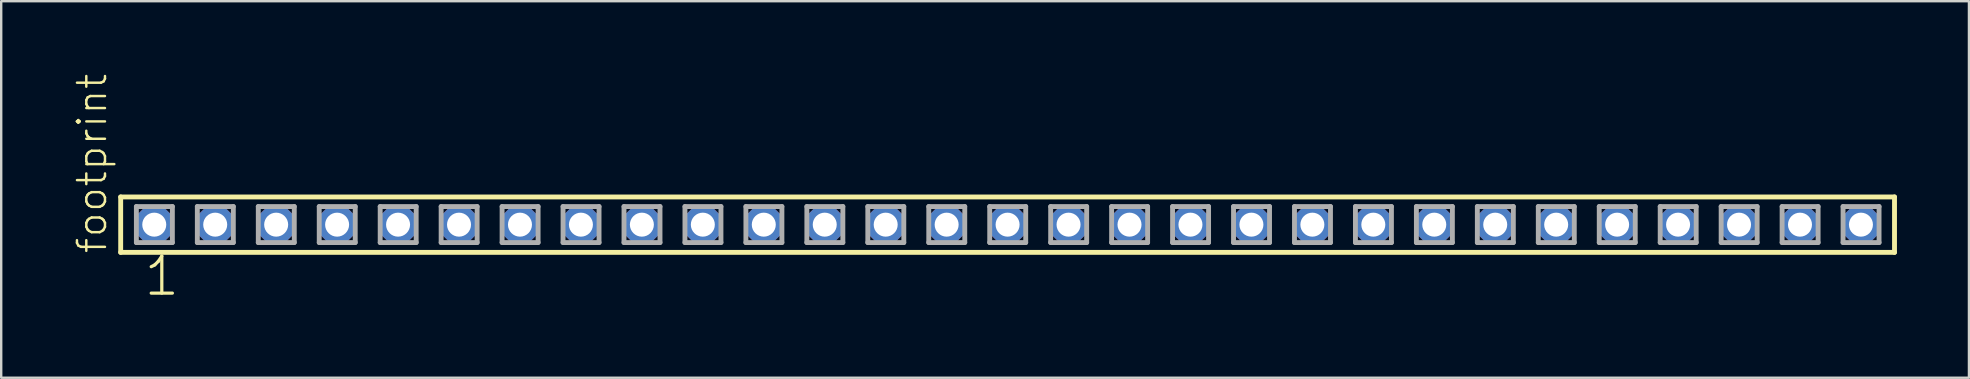
<source format=kicad_pcb>
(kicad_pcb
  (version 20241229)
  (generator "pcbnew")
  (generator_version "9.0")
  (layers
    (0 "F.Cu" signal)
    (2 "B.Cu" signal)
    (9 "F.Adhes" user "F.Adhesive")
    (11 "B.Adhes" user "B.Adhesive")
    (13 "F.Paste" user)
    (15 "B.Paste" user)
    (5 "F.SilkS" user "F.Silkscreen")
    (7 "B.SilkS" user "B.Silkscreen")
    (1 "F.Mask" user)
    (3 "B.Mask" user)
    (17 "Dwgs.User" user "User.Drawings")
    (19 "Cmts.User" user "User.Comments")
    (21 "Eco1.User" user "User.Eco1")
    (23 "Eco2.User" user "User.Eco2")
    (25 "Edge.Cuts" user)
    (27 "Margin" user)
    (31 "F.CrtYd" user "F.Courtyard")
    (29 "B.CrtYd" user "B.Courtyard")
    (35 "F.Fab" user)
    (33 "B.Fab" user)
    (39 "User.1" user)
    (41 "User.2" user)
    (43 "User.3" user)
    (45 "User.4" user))
  (footprint "footprint"
    (layer "F.Cu")
    (at 38.938 6.312)
    (property "Reference" "footprint" (at -37.465 1.27 90) (layer "F.SilkS") (effects (font (size 1.168 1.168) (thickness 0.102)) (justify left bottom)))
    (fp_line (start -36.959 -1.155) (end 36.959 -1.155) (stroke (width 0.203) (type solid)) (layer "F.SilkS"))
    (fp_line (start -36.959 1.155) (end -36.959 -1.155) (stroke (width 0.203) (type solid)) (layer "F.SilkS"))
    (fp_line (start 36.959 -1.155) (end 36.959 1.155) (stroke (width 0.203) (type solid)) (layer "F.SilkS"))
    (fp_line (start 36.959 1.155) (end -36.959 1.155) (stroke (width 0.203) (type solid)) (layer "F.SilkS"))
    (fp_line (start -36.305 -0.755) (end -34.805 -0.755) (stroke (width 0.203) (type solid)) (layer "F.Fab"))
    (fp_line (start -36.305 0.745) (end -36.305 -0.755) (stroke (width 0.203) (type solid)) (layer "F.Fab"))
    (fp_line (start -34.805 -0.755) (end -34.805 0.745) (stroke (width 0.203) (type solid)) (layer "F.Fab"))
    (fp_line (start -34.805 0.745) (end -36.305 0.745) (stroke (width 0.203) (type solid)) (layer "F.Fab"))
    (fp_line (start -33.765 -0.755) (end -32.265 -0.755) (stroke (width 0.203) (type solid)) (layer "F.Fab"))
    (fp_line (start -33.765 0.745) (end -33.765 -0.755) (stroke (width 0.203) (type solid)) (layer "F.Fab"))
    (fp_line (start -32.265 -0.755) (end -32.265 0.745) (stroke (width 0.203) (type solid)) (layer "F.Fab"))
    (fp_line (start -32.265 0.745) (end -33.765 0.745) (stroke (width 0.203) (type solid)) (layer "F.Fab"))
    (fp_line (start -31.225 -0.755) (end -29.725 -0.755) (stroke (width 0.203) (type solid)) (layer "F.Fab"))
    (fp_line (start -31.225 0.745) (end -31.225 -0.755) (stroke (width 0.203) (type solid)) (layer "F.Fab"))
    (fp_line (start -29.725 -0.755) (end -29.725 0.745) (stroke (width 0.203) (type solid)) (layer "F.Fab"))
    (fp_line (start -29.725 0.745) (end -31.225 0.745) (stroke (width 0.203) (type solid)) (layer "F.Fab"))
    (fp_line (start -28.685 -0.755) (end -27.185 -0.755) (stroke (width 0.203) (type solid)) (layer "F.Fab"))
    (fp_line (start -28.685 0.745) (end -28.685 -0.755) (stroke (width 0.203) (type solid)) (layer "F.Fab"))
    (fp_line (start -27.185 -0.755) (end -27.185 0.745) (stroke (width 0.203) (type solid)) (layer "F.Fab"))
    (fp_line (start -27.185 0.745) (end -28.685 0.745) (stroke (width 0.203) (type solid)) (layer "F.Fab"))
    (fp_line (start -26.145 -0.755) (end -24.645 -0.755) (stroke (width 0.203) (type solid)) (layer "F.Fab"))
    (fp_line (start -26.145 0.745) (end -26.145 -0.755) (stroke (width 0.203) (type solid)) (layer "F.Fab"))
    (fp_line (start -24.645 -0.755) (end -24.645 0.745) (stroke (width 0.203) (type solid)) (layer "F.Fab"))
    (fp_line (start -24.645 0.745) (end -26.145 0.745) (stroke (width 0.203) (type solid)) (layer "F.Fab"))
    (fp_line (start -23.605 -0.755) (end -22.105 -0.755) (stroke (width 0.203) (type solid)) (layer "F.Fab"))
    (fp_line (start -23.605 0.745) (end -23.605 -0.755) (stroke (width 0.203) (type solid)) (layer "F.Fab"))
    (fp_line (start -22.105 -0.755) (end -22.105 0.745) (stroke (width 0.203) (type solid)) (layer "F.Fab"))
    (fp_line (start -22.105 0.745) (end -23.605 0.745) (stroke (width 0.203) (type solid)) (layer "F.Fab"))
    (fp_line (start -21.065 -0.755) (end -19.565 -0.755) (stroke (width 0.203) (type solid)) (layer "F.Fab"))
    (fp_line (start -21.065 0.745) (end -21.065 -0.755) (stroke (width 0.203) (type solid)) (layer "F.Fab"))
    (fp_line (start -19.565 -0.755) (end -19.565 0.745) (stroke (width 0.203) (type solid)) (layer "F.Fab"))
    (fp_line (start -19.565 0.745) (end -21.065 0.745) (stroke (width 0.203) (type solid)) (layer "F.Fab"))
    (fp_line (start -18.525 -0.755) (end -17.025 -0.755) (stroke (width 0.203) (type solid)) (layer "F.Fab"))
    (fp_line (start -18.525 0.745) (end -18.525 -0.755) (stroke (width 0.203) (type solid)) (layer "F.Fab"))
    (fp_line (start -17.025 -0.755) (end -17.025 0.745) (stroke (width 0.203) (type solid)) (layer "F.Fab"))
    (fp_line (start -17.025 0.745) (end -18.525 0.745) (stroke (width 0.203) (type solid)) (layer "F.Fab"))
    (fp_line (start -15.985 -0.755) (end -14.485 -0.755) (stroke (width 0.203) (type solid)) (layer "F.Fab"))
    (fp_line (start -15.985 0.745) (end -15.985 -0.755) (stroke (width 0.203) (type solid)) (layer "F.Fab"))
    (fp_line (start -14.485 -0.755) (end -14.485 0.745) (stroke (width 0.203) (type solid)) (layer "F.Fab"))
    (fp_line (start -14.485 0.745) (end -15.985 0.745) (stroke (width 0.203) (type solid)) (layer "F.Fab"))
    (fp_line (start -13.445 -0.755) (end -11.945 -0.755) (stroke (width 0.203) (type solid)) (layer "F.Fab"))
    (fp_line (start -13.445 0.745) (end -13.445 -0.755) (stroke (width 0.203) (type solid)) (layer "F.Fab"))
    (fp_line (start -11.945 -0.755) (end -11.945 0.745) (stroke (width 0.203) (type solid)) (layer "F.Fab"))
    (fp_line (start -11.945 0.745) (end -13.445 0.745) (stroke (width 0.203) (type solid)) (layer "F.Fab"))
    (fp_line (start -10.905 -0.755) (end -9.405 -0.755) (stroke (width 0.203) (type solid)) (layer "F.Fab"))
    (fp_line (start -10.905 0.745) (end -10.905 -0.755) (stroke (width 0.203) (type solid)) (layer "F.Fab"))
    (fp_line (start -9.405 -0.755) (end -9.405 0.745) (stroke (width 0.203) (type solid)) (layer "F.Fab"))
    (fp_line (start -9.405 0.745) (end -10.905 0.745) (stroke (width 0.203) (type solid)) (layer "F.Fab"))
    (fp_line (start -8.365 -0.755) (end -6.865 -0.755) (stroke (width 0.203) (type solid)) (layer "F.Fab"))
    (fp_line (start -8.365 0.745) (end -8.365 -0.755) (stroke (width 0.203) (type solid)) (layer "F.Fab"))
    (fp_line (start -6.865 -0.755) (end -6.865 0.745) (stroke (width 0.203) (type solid)) (layer "F.Fab"))
    (fp_line (start -6.865 0.745) (end -8.365 0.745) (stroke (width 0.203) (type solid)) (layer "F.Fab"))
    (fp_line (start -5.825 -0.755) (end -4.325 -0.755) (stroke (width 0.203) (type solid)) (layer "F.Fab"))
    (fp_line (start -5.825 0.745) (end -5.825 -0.755) (stroke (width 0.203) (type solid)) (layer "F.Fab"))
    (fp_line (start -4.325 -0.755) (end -4.325 0.745) (stroke (width 0.203) (type solid)) (layer "F.Fab"))
    (fp_line (start -4.325 0.745) (end -5.825 0.745) (stroke (width 0.203) (type solid)) (layer "F.Fab"))
    (fp_line (start -3.285 -0.755) (end -1.785 -0.755) (stroke (width 0.203) (type solid)) (layer "F.Fab"))
    (fp_line (start -3.285 0.745) (end -3.285 -0.755) (stroke (width 0.203) (type solid)) (layer "F.Fab"))
    (fp_line (start -1.785 -0.755) (end -1.785 0.745) (stroke (width 0.203) (type solid)) (layer "F.Fab"))
    (fp_line (start -1.785 0.745) (end -3.285 0.745) (stroke (width 0.203) (type solid)) (layer "F.Fab"))
    (fp_line (start -0.745 -0.755) (end 0.755 -0.755) (stroke (width 0.203) (type solid)) (layer "F.Fab"))
    (fp_line (start -0.745 0.745) (end -0.745 -0.755) (stroke (width 0.203) (type solid)) (layer "F.Fab"))
    (fp_line (start 0.755 -0.755) (end 0.755 0.745) (stroke (width 0.203) (type solid)) (layer "F.Fab"))
    (fp_line (start 0.755 0.745) (end -0.745 0.745) (stroke (width 0.203) (type solid)) (layer "F.Fab"))
    (fp_line (start 1.795 -0.755) (end 3.295 -0.755) (stroke (width 0.203) (type solid)) (layer "F.Fab"))
    (fp_line (start 1.795 0.745) (end 1.795 -0.755) (stroke (width 0.203) (type solid)) (layer "F.Fab"))
    (fp_line (start 3.295 -0.755) (end 3.295 0.745) (stroke (width 0.203) (type solid)) (layer "F.Fab"))
    (fp_line (start 3.295 0.745) (end 1.795 0.745) (stroke (width 0.203) (type solid)) (layer "F.Fab"))
    (fp_line (start 4.335 -0.755) (end 5.835 -0.755) (stroke (width 0.203) (type solid)) (layer "F.Fab"))
    (fp_line (start 4.335 0.745) (end 4.335 -0.755) (stroke (width 0.203) (type solid)) (layer "F.Fab"))
    (fp_line (start 5.835 -0.755) (end 5.835 0.745) (stroke (width 0.203) (type solid)) (layer "F.Fab"))
    (fp_line (start 5.835 0.745) (end 4.335 0.745) (stroke (width 0.203) (type solid)) (layer "F.Fab"))
    (fp_line (start 6.875 -0.755) (end 8.375 -0.755) (stroke (width 0.203) (type solid)) (layer "F.Fab"))
    (fp_line (start 6.875 0.745) (end 6.875 -0.755) (stroke (width 0.203) (type solid)) (layer "F.Fab"))
    (fp_line (start 8.375 -0.755) (end 8.375 0.745) (stroke (width 0.203) (type solid)) (layer "F.Fab"))
    (fp_line (start 8.375 0.745) (end 6.875 0.745) (stroke (width 0.203) (type solid)) (layer "F.Fab"))
    (fp_line (start 9.415 -0.755) (end 10.915 -0.755) (stroke (width 0.203) (type solid)) (layer "F.Fab"))
    (fp_line (start 9.415 0.745) (end 9.415 -0.755) (stroke (width 0.203) (type solid)) (layer "F.Fab"))
    (fp_line (start 10.915 -0.755) (end 10.915 0.745) (stroke (width 0.203) (type solid)) (layer "F.Fab"))
    (fp_line (start 10.915 0.745) (end 9.415 0.745) (stroke (width 0.203) (type solid)) (layer "F.Fab"))
    (fp_line (start 11.955 -0.755) (end 13.455 -0.755) (stroke (width 0.203) (type solid)) (layer "F.Fab"))
    (fp_line (start 11.955 0.745) (end 11.955 -0.755) (stroke (width 0.203) (type solid)) (layer "F.Fab"))
    (fp_line (start 13.455 -0.755) (end 13.455 0.745) (stroke (width 0.203) (type solid)) (layer "F.Fab"))
    (fp_line (start 13.455 0.745) (end 11.955 0.745) (stroke (width 0.203) (type solid)) (layer "F.Fab"))
    (fp_line (start 14.495 -0.755) (end 15.995 -0.755) (stroke (width 0.203) (type solid)) (layer "F.Fab"))
    (fp_line (start 14.495 0.745) (end 14.495 -0.755) (stroke (width 0.203) (type solid)) (layer "F.Fab"))
    (fp_line (start 15.995 -0.755) (end 15.995 0.745) (stroke (width 0.203) (type solid)) (layer "F.Fab"))
    (fp_line (start 15.995 0.745) (end 14.495 0.745) (stroke (width 0.203) (type solid)) (layer "F.Fab"))
    (fp_line (start 17.035 -0.755) (end 18.535 -0.755) (stroke (width 0.203) (type solid)) (layer "F.Fab"))
    (fp_line (start 17.035 0.745) (end 17.035 -0.755) (stroke (width 0.203) (type solid)) (layer "F.Fab"))
    (fp_line (start 18.535 -0.755) (end 18.535 0.745) (stroke (width 0.203) (type solid)) (layer "F.Fab"))
    (fp_line (start 18.535 0.745) (end 17.035 0.745) (stroke (width 0.203) (type solid)) (layer "F.Fab"))
    (fp_line (start 19.575 -0.755) (end 21.075 -0.755) (stroke (width 0.203) (type solid)) (layer "F.Fab"))
    (fp_line (start 19.575 0.745) (end 19.575 -0.755) (stroke (width 0.203) (type solid)) (layer "F.Fab"))
    (fp_line (start 21.075 -0.755) (end 21.075 0.745) (stroke (width 0.203) (type solid)) (layer "F.Fab"))
    (fp_line (start 21.075 0.745) (end 19.575 0.745) (stroke (width 0.203) (type solid)) (layer "F.Fab"))
    (fp_line (start 22.115 -0.755) (end 23.615 -0.755) (stroke (width 0.203) (type solid)) (layer "F.Fab"))
    (fp_line (start 22.115 0.745) (end 22.115 -0.755) (stroke (width 0.203) (type solid)) (layer "F.Fab"))
    (fp_line (start 23.615 -0.755) (end 23.615 0.745) (stroke (width 0.203) (type solid)) (layer "F.Fab"))
    (fp_line (start 23.615 0.745) (end 22.115 0.745) (stroke (width 0.203) (type solid)) (layer "F.Fab"))
    (fp_line (start 24.655 -0.755) (end 26.155 -0.755) (stroke (width 0.203) (type solid)) (layer "F.Fab"))
    (fp_line (start 24.655 0.745) (end 24.655 -0.755) (stroke (width 0.203) (type solid)) (layer "F.Fab"))
    (fp_line (start 26.155 -0.755) (end 26.155 0.745) (stroke (width 0.203) (type solid)) (layer "F.Fab"))
    (fp_line (start 26.155 0.745) (end 24.655 0.745) (stroke (width 0.203) (type solid)) (layer "F.Fab"))
    (fp_line (start 27.195 -0.755) (end 28.695 -0.755) (stroke (width 0.203) (type solid)) (layer "F.Fab"))
    (fp_line (start 27.195 0.745) (end 27.195 -0.755) (stroke (width 0.203) (type solid)) (layer "F.Fab"))
    (fp_line (start 28.695 -0.755) (end 28.695 0.745) (stroke (width 0.203) (type solid)) (layer "F.Fab"))
    (fp_line (start 28.695 0.745) (end 27.195 0.745) (stroke (width 0.203) (type solid)) (layer "F.Fab"))
    (fp_line (start 29.735 -0.755) (end 31.235 -0.755) (stroke (width 0.203) (type solid)) (layer "F.Fab"))
    (fp_line (start 29.735 0.745) (end 29.735 -0.755) (stroke (width 0.203) (type solid)) (layer "F.Fab"))
    (fp_line (start 31.235 -0.755) (end 31.235 0.745) (stroke (width 0.203) (type solid)) (layer "F.Fab"))
    (fp_line (start 31.235 0.745) (end 29.735 0.745) (stroke (width 0.203) (type solid)) (layer "F.Fab"))
    (fp_line (start 32.275 -0.755) (end 33.775 -0.755) (stroke (width 0.203) (type solid)) (layer "F.Fab"))
    (fp_line (start 32.275 0.745) (end 32.275 -0.755) (stroke (width 0.203) (type solid)) (layer "F.Fab"))
    (fp_line (start 33.775 -0.755) (end 33.775 0.745) (stroke (width 0.203) (type solid)) (layer "F.Fab"))
    (fp_line (start 33.775 0.745) (end 32.275 0.745) (stroke (width 0.203) (type solid)) (layer "F.Fab"))
    (fp_line (start 34.815 -0.755) (end 36.315 -0.755) (stroke (width 0.203) (type solid)) (layer "F.Fab"))
    (fp_line (start 34.815 0.745) (end 34.815 -0.755) (stroke (width 0.203) (type solid)) (layer "F.Fab"))
    (fp_line (start 36.315 -0.755) (end 36.315 0.745) (stroke (width 0.203) (type solid)) (layer "F.Fab"))
    (fp_line (start 36.315 0.745) (end 34.815 0.745) (stroke (width 0.203) (type solid)) (layer "F.Fab"))
    (fp_text user "1" (at -36.068 3.048 0) (layer "F.SilkS") (effects (font (size 1.542 1.542) (thickness 0.134)) (justify left bottom)))
    (pad "1" thru_hole roundrect (at -35.56 0) (size 1.5 1.5) (drill 1) (layers "*.Cu" "*.Mask") (roundrect_rratio 0.25) (chamfer_ratio 0.25) (chamfer top_left top_right bottom_left bottom_right))
    (pad "2" thru_hole roundrect (at -33.02 0) (size 1.5 1.5) (drill 1) (layers "*.Cu" "*.Mask") (roundrect_rratio 0.25) (chamfer_ratio 0.25) (chamfer top_left top_right bottom_left bottom_right))
    (pad "3" thru_hole roundrect (at -30.48 0) (size 1.5 1.5) (drill 1) (layers "*.Cu" "*.Mask") (roundrect_rratio 0.25) (chamfer_ratio 0.25) (chamfer top_left top_right bottom_left bottom_right))
    (pad "4" thru_hole roundrect (at -27.94 0) (size 1.5 1.5) (drill 1) (layers "*.Cu" "*.Mask") (roundrect_rratio 0.25) (chamfer_ratio 0.25) (chamfer top_left top_right bottom_left bottom_right))
    (pad "5" thru_hole roundrect (at -25.4 0) (size 1.5 1.5) (drill 1) (layers "*.Cu" "*.Mask") (roundrect_rratio 0.25) (chamfer_ratio 0.25) (chamfer top_left top_right bottom_left bottom_right))
    (pad "6" thru_hole roundrect (at -22.86 0) (size 1.5 1.5) (drill 1) (layers "*.Cu" "*.Mask") (roundrect_rratio 0.25) (chamfer_ratio 0.25) (chamfer top_left top_right bottom_left bottom_right))
    (pad "7" thru_hole roundrect (at -20.32 0) (size 1.5 1.5) (drill 1) (layers "*.Cu" "*.Mask") (roundrect_rratio 0.25) (chamfer_ratio 0.25) (chamfer top_left top_right bottom_left bottom_right))
    (pad "8" thru_hole roundrect (at -17.78 0) (size 1.5 1.5) (drill 1) (layers "*.Cu" "*.Mask") (roundrect_rratio 0.25) (chamfer_ratio 0.25) (chamfer top_left top_right bottom_left bottom_right))
    (pad "9" thru_hole roundrect (at -15.24 0) (size 1.5 1.5) (drill 1) (layers "*.Cu" "*.Mask") (roundrect_rratio 0.25) (chamfer_ratio 0.25) (chamfer top_left top_right bottom_left bottom_right))
    (pad "10" thru_hole roundrect (at -12.7 0) (size 1.5 1.5) (drill 1) (layers "*.Cu" "*.Mask") (roundrect_rratio 0.25) (chamfer_ratio 0.25) (chamfer top_left top_right bottom_left bottom_right))
    (pad "11" thru_hole roundrect (at -10.16 0) (size 1.5 1.5) (drill 1) (layers "*.Cu" "*.Mask") (roundrect_rratio 0.25) (chamfer_ratio 0.25) (chamfer top_left top_right bottom_left bottom_right))
    (pad "12" thru_hole roundrect (at -7.62 0) (size 1.5 1.5) (drill 1) (layers "*.Cu" "*.Mask") (roundrect_rratio 0.25) (chamfer_ratio 0.25) (chamfer top_left top_right bottom_left bottom_right))
    (pad "13" thru_hole roundrect (at -5.08 0) (size 1.5 1.5) (drill 1) (layers "*.Cu" "*.Mask") (roundrect_rratio 0.25) (chamfer_ratio 0.25) (chamfer top_left top_right bottom_left bottom_right))
    (pad "14" thru_hole roundrect (at -2.54 0) (size 1.5 1.5) (drill 1) (layers "*.Cu" "*.Mask") (roundrect_rratio 0.25) (chamfer_ratio 0.25) (chamfer top_left top_right bottom_left bottom_right))
    (pad "15" thru_hole roundrect (at 0 0) (size 1.5 1.5) (drill 1) (layers "*.Cu" "*.Mask") (roundrect_rratio 0.25) (chamfer_ratio 0.25) (chamfer top_left top_right bottom_left bottom_right))
    (pad "16" thru_hole roundrect (at 2.54 0) (size 1.5 1.5) (drill 1) (layers "*.Cu" "*.Mask") (roundrect_rratio 0.25) (chamfer_ratio 0.25) (chamfer top_left top_right bottom_left bottom_right))
    (pad "17" thru_hole roundrect (at 5.08 0) (size 1.5 1.5) (drill 1) (layers "*.Cu" "*.Mask") (roundrect_rratio 0.25) (chamfer_ratio 0.25) (chamfer top_left top_right bottom_left bottom_right))
    (pad "18" thru_hole roundrect (at 7.62 0) (size 1.5 1.5) (drill 1) (layers "*.Cu" "*.Mask") (roundrect_rratio 0.25) (chamfer_ratio 0.25) (chamfer top_left top_right bottom_left bottom_right))
    (pad "19" thru_hole roundrect (at 10.16 0) (size 1.5 1.5) (drill 1) (layers "*.Cu" "*.Mask") (roundrect_rratio 0.25) (chamfer_ratio 0.25) (chamfer top_left top_right bottom_left bottom_right))
    (pad "20" thru_hole roundrect (at 12.7 0) (size 1.5 1.5) (drill 1) (layers "*.Cu" "*.Mask") (roundrect_rratio 0.25) (chamfer_ratio 0.25) (chamfer top_left top_right bottom_left bottom_right))
    (pad "21" thru_hole roundrect (at 15.24 0) (size 1.5 1.5) (drill 1) (layers "*.Cu" "*.Mask") (roundrect_rratio 0.25) (chamfer_ratio 0.25) (chamfer top_left top_right bottom_left bottom_right))
    (pad "22" thru_hole roundrect (at 17.78 0) (size 1.5 1.5) (drill 1) (layers "*.Cu" "*.Mask") (roundrect_rratio 0.25) (chamfer_ratio 0.25) (chamfer top_left top_right bottom_left bottom_right))
    (pad "23" thru_hole roundrect (at 20.32 0) (size 1.5 1.5) (drill 1) (layers "*.Cu" "*.Mask") (roundrect_rratio 0.25) (chamfer_ratio 0.25) (chamfer top_left top_right bottom_left bottom_right))
    (pad "24" thru_hole roundrect (at 22.86 0) (size 1.5 1.5) (drill 1) (layers "*.Cu" "*.Mask") (roundrect_rratio 0.25) (chamfer_ratio 0.25) (chamfer top_left top_right bottom_left bottom_right))
    (pad "25" thru_hole roundrect (at 25.4 0) (size 1.5 1.5) (drill 1) (layers "*.Cu" "*.Mask") (roundrect_rratio 0.25) (chamfer_ratio 0.25) (chamfer top_left top_right bottom_left bottom_right))
    (pad "26" thru_hole roundrect (at 27.94 0) (size 1.5 1.5) (drill 1) (layers "*.Cu" "*.Mask") (roundrect_rratio 0.25) (chamfer_ratio 0.25) (chamfer top_left top_right bottom_left bottom_right))
    (pad "27" thru_hole roundrect (at 30.48 0) (size 1.5 1.5) (drill 1) (layers "*.Cu" "*.Mask") (roundrect_rratio 0.25) (chamfer_ratio 0.25) (chamfer top_left top_right bottom_left bottom_right))
    (pad "28" thru_hole roundrect (at 33.02 0) (size 1.5 1.5) (drill 1) (layers "*.Cu" "*.Mask") (roundrect_rratio 0.25) (chamfer_ratio 0.25) (chamfer top_left top_right bottom_left bottom_right))
    (pad "29" thru_hole roundrect (at 35.56 0) (size 1.5 1.5) (drill 1) (layers "*.Cu" "*.Mask") (roundrect_rratio 0.25) (chamfer_ratio 0.25) (chamfer top_left top_right bottom_left bottom_right)))
  (gr_rect
    (start -3 -3)
    (end 78.999 12.691)
    (stroke (width 0.1) (type default))
    (fill no)
    (layer "Edge.Cuts")))
</source>
